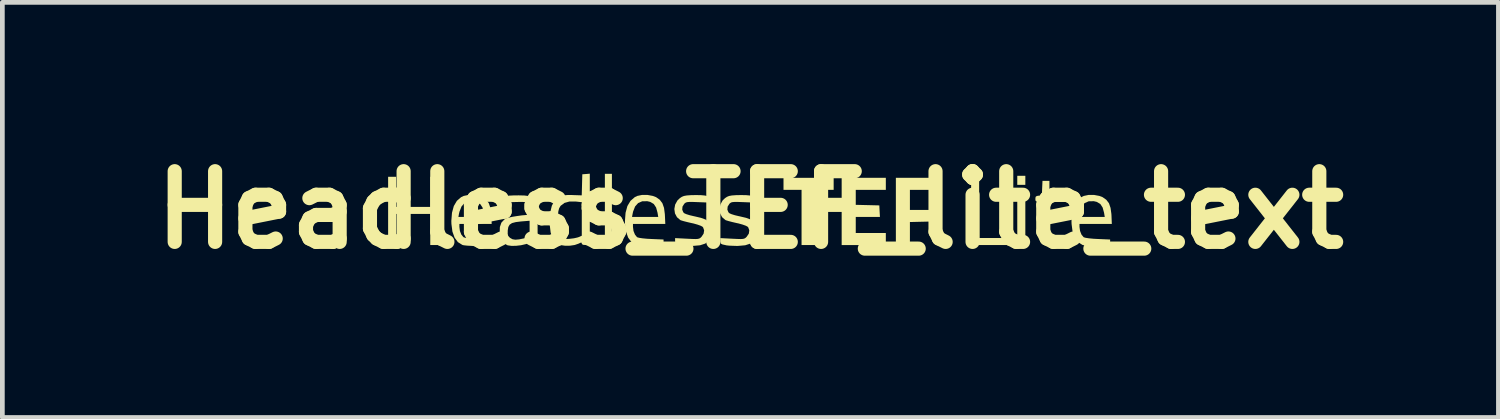
<source format=kicad_pcb>
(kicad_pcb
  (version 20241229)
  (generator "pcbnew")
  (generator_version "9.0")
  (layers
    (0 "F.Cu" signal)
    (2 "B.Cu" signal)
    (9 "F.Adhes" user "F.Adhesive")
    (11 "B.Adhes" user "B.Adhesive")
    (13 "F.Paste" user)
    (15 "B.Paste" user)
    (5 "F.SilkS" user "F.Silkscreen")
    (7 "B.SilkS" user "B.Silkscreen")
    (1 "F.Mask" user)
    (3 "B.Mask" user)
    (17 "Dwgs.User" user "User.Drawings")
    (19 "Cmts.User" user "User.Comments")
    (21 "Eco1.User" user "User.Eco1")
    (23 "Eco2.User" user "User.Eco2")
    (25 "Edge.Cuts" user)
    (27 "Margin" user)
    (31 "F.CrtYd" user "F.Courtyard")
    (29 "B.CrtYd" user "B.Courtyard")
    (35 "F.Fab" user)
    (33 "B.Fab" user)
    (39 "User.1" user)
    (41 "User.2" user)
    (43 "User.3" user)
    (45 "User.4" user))
  (footprint "Headless_TEF_lite_text"
    (layer "F.Cu")
    (at 12.871 1.404)
    (property "Reference" "Headless_TEF_lite_text" (at 0 0 0) (layer "F.SilkS") (effects (font (size 1.5 1.5) (thickness 0.3))))
    (attr board_only exclude_from_pos_files exclude_from_bom)
    (fp_poly (pts (xy -2.938 -0.011) (xy -2.938 0.745) (xy -3.013 0.745) (xy -3.087 0.745) (xy -3.087 -0.011) (xy -3.087 -0.766) (xy -3.013 -0.766) (xy -2.938 -0.766)) (stroke (width 0) (type solid)) (fill yes) (layer "F.SilkS"))
    (fp_poly (pts (xy 5.834 -0.628) (xy 5.834 -0.532) (xy 5.749 -0.532) (xy 5.663 -0.532) (xy 5.663 -0.628) (xy 5.663 -0.724) (xy 5.749 -0.724) (xy 5.834 -0.724)) (stroke (width 0) (type solid)) (fill yes) (layer "F.SilkS"))
    (fp_poly (pts (xy 5.834 0.224) (xy 5.834 0.745) (xy 5.749 0.745) (xy 5.663 0.745) (xy 5.663 0.224) (xy 5.663 -0.298) (xy 5.749 -0.298) (xy 5.834 -0.298)) (stroke (width 0) (type solid)) (fill yes) (layer "F.SilkS"))
    (fp_poly (pts (xy 4.854 -0.053) (xy 4.854 0.596) (xy 5.174 0.596) (xy 5.493 0.596) (xy 5.493 0.671) (xy 5.493 0.745) (xy 5.089 0.745) (xy 4.684 0.745) (xy 4.684 0.021) (xy 4.684 -0.703) (xy 4.769 -0.703) (xy 4.854 -0.703)) (stroke (width 0) (type solid)) (fill yes) (layer "F.SilkS"))
    (fp_poly (pts (xy 1.767 -0.554) (xy 1.767 -0.426) (xy 1.576 -0.426) (xy 1.384 -0.426) (xy 1.384 0.16) (xy 1.384 0.745) (xy 1.235 0.745) (xy 1.086 0.745) (xy 1.086 0.16) (xy 1.086 -0.426) (xy 0.894 -0.426) (xy 0.703 -0.426) (xy 0.703 -0.554) (xy 0.703 -0.681) (xy 1.235 -0.681) (xy 1.767 -0.681)) (stroke (width 0) (type solid)) (fill yes) (layer "F.SilkS"))
    (fp_poly (pts (xy 4.003 -0.554) (xy 4.003 -0.426) (xy 3.694 -0.426) (xy 3.385 -0.426) (xy 3.385 -0.213) (xy 3.385 -0.000001) (xy 3.642 -0.000001) (xy 3.898 -0.000001) (xy 3.892 0.122) (xy 3.886 0.245) (xy 3.635 0.251) (xy 3.385 0.257) (xy 3.385 0.501) (xy 3.385 0.745) (xy 3.236 0.745) (xy 3.087 0.745) (xy 3.087 0.032) (xy 3.087 -0.681) (xy 3.545 -0.681) (xy 4.003 -0.681)) (stroke (width 0) (type solid)) (fill yes) (layer "F.SilkS"))
    (fp_poly (pts (xy -7.516 -0.383) (xy -7.516 -0.064) (xy -7.154 -0.064) (xy -6.792 -0.064) (xy -6.792 -0.383) (xy -6.792 -0.703) (xy -6.707 -0.703) (xy -6.621 -0.703) (xy -6.621 0.021) (xy -6.621 0.745) (xy -6.707 0.745) (xy -6.792 0.745) (xy -6.792 0.415) (xy -6.792 0.085) (xy -7.154 0.085) (xy -7.516 0.085) (xy -7.516 0.415) (xy -7.516 0.745) (xy -7.601 0.745) (xy -7.686 0.745) (xy -7.686 0.021) (xy -7.686 -0.703) (xy -7.601 -0.703) (xy -7.516 -0.703)) (stroke (width 0) (type solid)) (fill yes) (layer "F.SilkS"))
    (fp_poly (pts (xy 2.874 -0.554) (xy 2.874 -0.426) (xy 2.555 -0.426) (xy 2.236 -0.426) (xy 2.236 -0.267) (xy 2.236 -0.108) (xy 2.486 -0.102) (xy 2.736 -0.096) (xy 2.742 0.027) (xy 2.749 0.149) (xy 2.492 0.149) (xy 2.236 0.149) (xy 2.236 0.319) (xy 2.236 0.49) (xy 2.555 0.49) (xy 2.874 0.49) (xy 2.874 0.617) (xy 2.874 0.745) (xy 2.406 0.745) (xy 1.937 0.745) (xy 1.937 0.032) (xy 1.937 -0.681) (xy 2.406 -0.681) (xy 2.874 -0.681)) (stroke (width 0) (type solid)) (fill yes) (layer "F.SilkS"))
    (fp_poly (pts (xy 6.345 -0.458) (xy 6.345 -0.298) (xy 6.515 -0.298) (xy 6.685 -0.298) (xy 6.685 -0.234) (xy 6.685 -0.17) (xy 6.515 -0.17) (xy 6.345 -0.17) (xy 6.345 0.165) (xy 6.346 0.312) (xy 6.349 0.422) (xy 6.358 0.501) (xy 6.375 0.554) (xy 6.401 0.586) (xy 6.44 0.603) (xy 6.494 0.61) (xy 6.542 0.613) (xy 6.618 0.617) (xy 6.661 0.624) (xy 6.68 0.638) (xy 6.685 0.664) (xy 6.685 0.68) (xy 6.674 0.731) (xy 6.652 0.754) (xy 6.603 0.762) (xy 6.529 0.765) (xy 6.446 0.763) (xy 6.37 0.756) (xy 6.318 0.745) (xy 6.312 0.742) (xy 6.277 0.722) (xy 6.251 0.696) (xy 6.231 0.657) (xy 6.218 0.6) (xy 6.208 0.519) (xy 6.201 0.408) (xy 6.196 0.262) (xy 6.196 0.234) (xy 6.185 -0.16) (xy 6.116 -0.166) (xy 6.068 -0.176) (xy 6.049 -0.201) (xy 6.047 -0.234) (xy 6.052 -0.277) (xy 6.078 -0.296) (xy 6.116 -0.302) (xy 6.185 -0.309) (xy 6.191 -0.463) (xy 6.198 -0.617) (xy 6.271 -0.617) (xy 6.345 -0.617)) (stroke (width 0) (type solid)) (fill yes) (layer "F.SilkS"))
    (fp_poly (pts (xy -5.866 -0.318) (xy -5.753 -0.297) (xy -5.684 -0.271) (xy -5.605 -0.215) (xy -5.55 -0.142) (xy -5.516 -0.043) (xy -5.498 0.087) (xy -5.496 0.122) (xy -5.489 0.298) (xy -5.832 0.298) (xy -6.174 0.298) (xy -6.174 0.359) (xy -6.163 0.446) (xy -6.133 0.523) (xy -6.09 0.575) (xy -6.082 0.581) (xy -6.042 0.592) (xy -5.97 0.603) (xy -5.875 0.612) (xy -5.78 0.617) (xy -5.525 0.628) (xy -5.525 0.681) (xy -5.53 0.715) (xy -5.553 0.734) (xy -5.606 0.747) (xy -5.621 0.749) (xy -5.708 0.758) (xy -5.81 0.762) (xy -5.915 0.763) (xy -6.009 0.758) (xy -6.081 0.75) (xy -6.11 0.743) (xy -6.206 0.683) (xy -6.276 0.588) (xy -6.322 0.459) (xy -6.343 0.297) (xy -6.345 0.234) (xy -6.338 0.149) (xy -6.195 0.149) (xy -5.916 0.149) (xy -5.638 0.149) (xy -5.653 0.059) (xy -5.683 -0.051) (xy -5.733 -0.126) (xy -5.807 -0.17) (xy -5.87 -0.185) (xy -5.979 -0.183) (xy -6.065 -0.146) (xy -6.129 -0.073) (xy -6.172 0.037) (xy -6.182 0.08) (xy -6.195 0.149) (xy -6.338 0.149) (xy -6.331 0.06) (xy -6.292 -0.083) (xy -6.227 -0.193) (xy -6.137 -0.271) (xy -6.082 -0.297) (xy -5.982 -0.318)) (stroke (width 0) (type solid)) (fill yes) (layer "F.SilkS"))
    (fp_poly (pts (xy -2.183 -0.318) (xy -2.07 -0.297) (xy -2.001 -0.271) (xy -1.922 -0.215) (xy -1.867 -0.142) (xy -1.832 -0.043) (xy -1.815 0.087) (xy -1.813 0.122) (xy -1.805 0.298) (xy -2.148 0.298) (xy -2.491 0.298) (xy -2.491 0.359) (xy -2.48 0.446) (xy -2.449 0.523) (xy -2.407 0.575) (xy -2.398 0.581) (xy -2.359 0.592) (xy -2.287 0.603) (xy -2.192 0.612) (xy -2.097 0.617) (xy -1.842 0.628) (xy -1.842 0.681) (xy -1.847 0.715) (xy -1.87 0.734) (xy -1.923 0.747) (xy -1.937 0.749) (xy -2.025 0.758) (xy -2.127 0.762) (xy -2.231 0.763) (xy -2.326 0.758) (xy -2.398 0.75) (xy -2.427 0.743) (xy -2.522 0.683) (xy -2.593 0.588) (xy -2.639 0.459) (xy -2.66 0.297) (xy -2.661 0.234) (xy -2.655 0.149) (xy -2.511 0.149) (xy -2.233 0.149) (xy -1.955 0.149) (xy -1.97 0.059) (xy -2 -0.051) (xy -2.05 -0.126) (xy -2.124 -0.17) (xy -2.187 -0.185) (xy -2.295 -0.183) (xy -2.381 -0.146) (xy -2.446 -0.073) (xy -2.489 0.037) (xy -2.498 0.08) (xy -2.511 0.149) (xy -2.655 0.149) (xy -2.648 0.06) (xy -2.609 -0.083) (xy -2.543 -0.193) (xy -2.453 -0.271) (xy -2.399 -0.297) (xy -2.299 -0.318)) (stroke (width 0) (type solid)) (fill yes) (layer "F.SilkS"))
    (fp_poly (pts (xy 7.292 -0.318) (xy 7.405 -0.297) (xy 7.473 -0.271) (xy 7.552 -0.215) (xy 7.608 -0.142) (xy 7.642 -0.043) (xy 7.66 0.087) (xy 7.662 0.122) (xy 7.669 0.298) (xy 7.326 0.298) (xy 6.983 0.298) (xy 6.983 0.359) (xy 6.995 0.446) (xy 7.025 0.523) (xy 7.068 0.575) (xy 7.076 0.581) (xy 7.115 0.592) (xy 7.188 0.603) (xy 7.282 0.612) (xy 7.377 0.617) (xy 7.633 0.628) (xy 7.633 0.681) (xy 7.628 0.715) (xy 7.604 0.734) (xy 7.552 0.747) (xy 7.537 0.749) (xy 7.45 0.758) (xy 7.348 0.762) (xy 7.243 0.763) (xy 7.149 0.758) (xy 7.076 0.75) (xy 7.047 0.743) (xy 6.952 0.683) (xy 6.881 0.588) (xy 6.836 0.459) (xy 6.815 0.297) (xy 6.813 0.234) (xy 6.82 0.149) (xy 6.963 0.149) (xy 7.241 0.149) (xy 7.519 0.149) (xy 7.504 0.059) (xy 7.474 -0.051) (xy 7.425 -0.126) (xy 7.351 -0.17) (xy 7.288 -0.185) (xy 7.179 -0.183) (xy 7.093 -0.146) (xy 7.029 -0.073) (xy 6.986 0.037) (xy 6.976 0.08) (xy 6.963 0.149) (xy 6.82 0.149) (xy 6.826 0.06) (xy 6.866 -0.083) (xy 6.931 -0.193) (xy 7.021 -0.271) (xy 7.075 -0.297) (xy 7.175 -0.318)) (stroke (width 0) (type solid)) (fill yes) (layer "F.SilkS"))
    (fp_poly (pts (xy -3.407 -0.012) (xy -3.407 0.745) (xy -3.492 0.745) (xy -3.551 0.74) (xy -3.575 0.723) (xy -3.577 0.713) (xy -3.582 0.694) (xy -3.603 0.696) (xy -3.646 0.716) (xy -3.727 0.744) (xy -3.827 0.759) (xy -3.931 0.76) (xy -4.021 0.747) (xy -4.062 0.732) (xy -4.143 0.674) (xy -4.201 0.59) (xy -4.238 0.478) (xy -4.255 0.333) (xy -4.255 0.298) (xy -4.087 0.298) (xy -4.077 0.41) (xy -4.055 0.494) (xy -4.019 0.555) (xy -4.011 0.565) (xy -3.978 0.597) (xy -3.944 0.613) (xy -3.897 0.617) (xy -3.825 0.612) (xy -3.744 0.602) (xy -3.672 0.586) (xy -3.635 0.574) (xy -3.577 0.547) (xy -3.577 0.191) (xy -3.577 -0.164) (xy -3.704 -0.178) (xy -3.84 -0.178) (xy -3.947 -0.148) (xy -4.024 -0.089) (xy -4.032 -0.078) (xy -4.058 -0.033) (xy -4.074 0.028) (xy -4.083 0.117) (xy -4.085 0.151) (xy -4.087 0.298) (xy -4.255 0.298) (xy -4.254 0.173) (xy -4.24 0.025) (xy -4.213 -0.087) (xy -4.169 -0.172) (xy -4.105 -0.236) (xy -4.045 -0.273) (xy -3.991 -0.297) (xy -3.938 -0.311) (xy -3.872 -0.317) (xy -3.78 -0.316) (xy -3.764 -0.315) (xy -3.578 -0.309) (xy -3.572 -0.532) (xy -3.566 -0.756) (xy -3.486 -0.762) (xy -3.407 -0.769)) (stroke (width 0) (type solid)) (fill yes) (layer "F.SilkS"))
    (fp_poly (pts (xy -1.044 -0.313) (xy -0.97 -0.306) (xy -0.958 -0.304) (xy -0.899 -0.29) (xy -0.869 -0.271) (xy -0.858 -0.236) (xy -0.856 -0.221) (xy -0.849 -0.155) (xy -1.103 -0.165) (xy -1.212 -0.169) (xy -1.286 -0.17) (xy -1.335 -0.166) (xy -1.367 -0.158) (xy -1.39 -0.142) (xy -1.402 -0.131) (xy -1.44 -0.071) (xy -1.446 -0.005) (xy -1.423 0.051) (xy -1.4 0.072) (xy -1.356 0.091) (xy -1.285 0.113) (xy -1.2 0.133) (xy -1.185 0.136) (xy -1.049 0.168) (xy -0.951 0.204) (xy -0.884 0.249) (xy -0.844 0.307) (xy -0.826 0.382) (xy -0.823 0.459) (xy -0.838 0.57) (xy -0.883 0.655) (xy -0.959 0.715) (xy -1.067 0.75) (xy -1.211 0.763) (xy -1.246 0.764) (xy -1.332 0.761) (xy -1.406 0.758) (xy -1.453 0.753) (xy -1.458 0.753) (xy -1.516 0.74) (xy -1.549 0.733) (xy -1.585 0.714) (xy -1.597 0.669) (xy -1.597 0.661) (xy -1.597 0.598) (xy -1.343 0.611) (xy -1.236 0.616) (xy -1.163 0.618) (xy -1.114 0.615) (xy -1.082 0.606) (xy -1.058 0.591) (xy -1.035 0.568) (xy -0.992 0.503) (xy -0.981 0.433) (xy -1.003 0.371) (xy -1.018 0.355) (xy -1.056 0.335) (xy -1.124 0.311) (xy -1.209 0.287) (xy -1.252 0.278) (xy -1.342 0.257) (xy -1.42 0.237) (xy -1.472 0.221) (xy -1.485 0.216) (xy -1.557 0.155) (xy -1.6 0.074) (xy -1.613 -0.019) (xy -1.596 -0.113) (xy -1.548 -0.2) (xy -1.497 -0.249) (xy -1.454 -0.278) (xy -1.409 -0.296) (xy -1.35 -0.307) (xy -1.264 -0.313) (xy -1.238 -0.314) (xy -1.139 -0.315)) (stroke (width 0) (type solid)) (fill yes) (layer "F.SilkS"))
    (fp_poly (pts (xy -0.086 -0.313) (xy -0.012 -0.306) (xy -0.000001 -0.304) (xy 0.06 -0.29) (xy 0.089 -0.271) (xy 0.1 -0.236) (xy 0.102 -0.221) (xy 0.109 -0.155) (xy -0.145 -0.165) (xy -0.254 -0.169) (xy -0.328 -0.17) (xy -0.377 -0.166) (xy -0.409 -0.158) (xy -0.432 -0.142) (xy -0.444 -0.131) (xy -0.482 -0.071) (xy -0.488 -0.005) (xy -0.465 0.051) (xy -0.442 0.072) (xy -0.398 0.091) (xy -0.327 0.113) (xy -0.242 0.133) (xy -0.227 0.136) (xy -0.091 0.168) (xy 0.007 0.204) (xy 0.074 0.249) (xy 0.114 0.307) (xy 0.132 0.382) (xy 0.135 0.459) (xy 0.12 0.57) (xy 0.075 0.655) (xy -0.001 0.715) (xy -0.109 0.75) (xy -0.253 0.763) (xy -0.287 0.764) (xy -0.374 0.761) (xy -0.448 0.758) (xy -0.495 0.753) (xy -0.5 0.753) (xy -0.558 0.74) (xy -0.591 0.733) (xy -0.627 0.714) (xy -0.639 0.669) (xy -0.639 0.661) (xy -0.639 0.598) (xy -0.385 0.611) (xy -0.278 0.616) (xy -0.205 0.618) (xy -0.156 0.615) (xy -0.124 0.606) (xy -0.1 0.591) (xy -0.077 0.568) (xy -0.033 0.503) (xy -0.023 0.433) (xy -0.045 0.371) (xy -0.06 0.355) (xy -0.098 0.335) (xy -0.165 0.311) (xy -0.251 0.287) (xy -0.294 0.278) (xy -0.384 0.257) (xy -0.461 0.237) (xy -0.514 0.221) (xy -0.527 0.216) (xy -0.599 0.155) (xy -0.642 0.074) (xy -0.655 -0.019) (xy -0.637 -0.113) (xy -0.59 -0.2) (xy -0.539 -0.249) (xy -0.496 -0.278) (xy -0.451 -0.296) (xy -0.392 -0.307) (xy -0.306 -0.313) (xy -0.28 -0.314) (xy -0.181 -0.315)) (stroke (width 0) (type solid)) (fill yes) (layer "F.SilkS"))
    (fp_poly (pts (xy -4.795 -0.306) (xy -4.703 -0.295) (xy -4.633 -0.27) (xy -4.583 -0.228) (xy -4.55 -0.163) (xy -4.529 -0.072) (xy -4.519 0.052) (xy -4.515 0.213) (xy -4.515 0.263) (xy -4.514 0.6) (xy -4.449 0.624) (xy -4.405 0.65) (xy -4.396 0.677) (xy -4.407 0.725) (xy -4.407 0.736) (xy -4.424 0.76) (xy -4.469 0.764) (xy -4.533 0.749) (xy -4.579 0.729) (xy -4.624 0.708) (xy -4.661 0.701) (xy -4.708 0.709) (xy -4.77 0.727) (xy -4.865 0.749) (xy -4.969 0.761) (xy -5.067 0.763) (xy -5.144 0.752) (xy -5.163 0.746) (xy -5.242 0.693) (xy -5.294 0.609) (xy -5.315 0.509) (xy -5.149 0.509) (xy -5.139 0.55) (xy -5.11 0.583) (xy -5.095 0.595) (xy -5.047 0.622) (xy -4.987 0.632) (xy -4.906 0.625) (xy -4.795 0.602) (xy -4.764 0.594) (xy -4.684 0.573) (xy -4.684 0.401) (xy -4.684 0.23) (xy -4.86 0.244) (xy -4.976 0.258) (xy -5.057 0.279) (xy -5.108 0.313) (xy -5.136 0.363) (xy -5.148 0.435) (xy -5.148 0.442) (xy -5.149 0.509) (xy -5.315 0.509) (xy -5.318 0.494) (xy -5.319 0.486) (xy -5.315 0.363) (xy -5.283 0.27) (xy -5.22 0.203) (xy -5.182 0.181) (xy -5.13 0.164) (xy -5.048 0.146) (xy -4.951 0.13) (xy -4.851 0.116) (xy -4.761 0.108) (xy -4.721 0.107) (xy -4.697 0.098) (xy -4.686 0.064) (xy -4.684 0.015) (xy -4.692 -0.055) (xy -4.712 -0.114) (xy -4.719 -0.125) (xy -4.735 -0.146) (xy -4.756 -0.16) (xy -4.788 -0.167) (xy -4.841 -0.17) (xy -4.921 -0.169) (xy -5.006 -0.167) (xy -5.259 -0.16) (xy -5.259 -0.218) (xy -5.253 -0.252) (xy -5.232 -0.277) (xy -5.19 -0.293) (xy -5.122 -0.303) (xy -5.021 -0.308) (xy -4.914 -0.309)) (stroke (width 0) (type solid)) (fill yes) (layer "F.SilkS")))
  (gr_rect
    (start -3 -3)
    (end 28.743 5.808)
    (stroke (width 0.1) (type default))
    (fill no)
    (layer "Edge.Cuts")))
</source>
